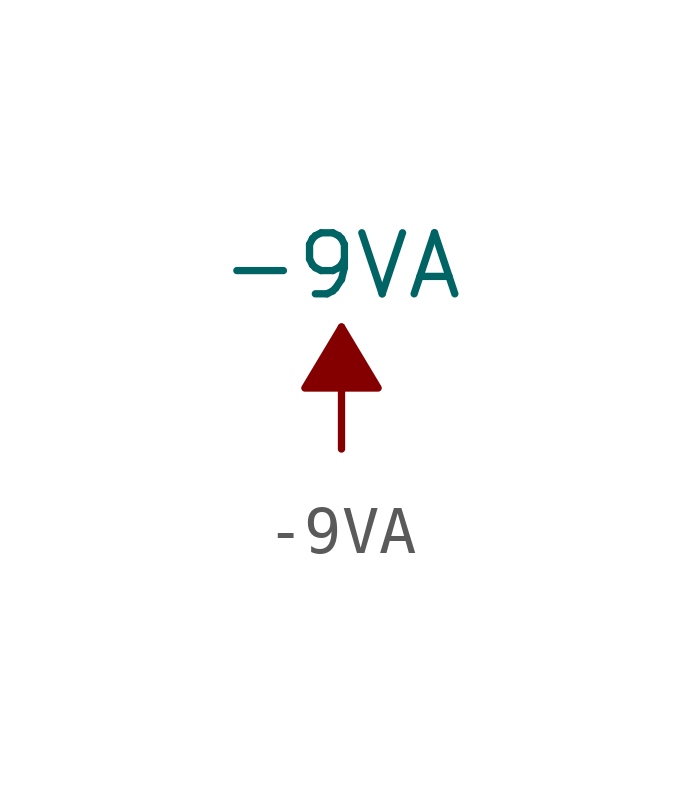
<source format=kicad_sym>
(kicad_symbol_lib
  (version 20211014)
  (generator kicad_symbol_editor)
  (symbol "-9VA"
    (power)
    (pin_names
      (offset 0))
    (property "Reference" "#PWR"
      (at 0 -3.175 0)
      (effects (font (size 1.27 1.27)) hide))
    (property "Value" "-9VA"
      (at 0 3.81 0)
      (effects (font (size 1.27 1.27))))
    (property "Footprint" ""
      (at 0 0 0)
      (effects (font (size 1.524 1.524))))
    (property "Datasheet" ""
      (at 0 0 0)
      (effects (font (size 1.524 1.524))))
    (symbol "-9VA_0_1"
      (polyline (pts (xy 0 0) (xy 0 2.54)) (stroke (width 0) (type default) (color 0 0 0 0)) (fill (type none)))
      (polyline (pts (xy 0.762 1.27) (xy -0.762 1.27) (xy 0 2.54) (xy 0.762 1.27)) (stroke (width 0) (type default) (color 0 0 0 0)) (fill (type outline))))
    (symbol "-9VA_1_1"
      (pin power_in line (at 0 0 90) (length 0) hide (name "-9VA" (effects (font (size 1.27 1.27)))) (number "1" (effects (font (size 1.27 1.27))))))))
</source>
